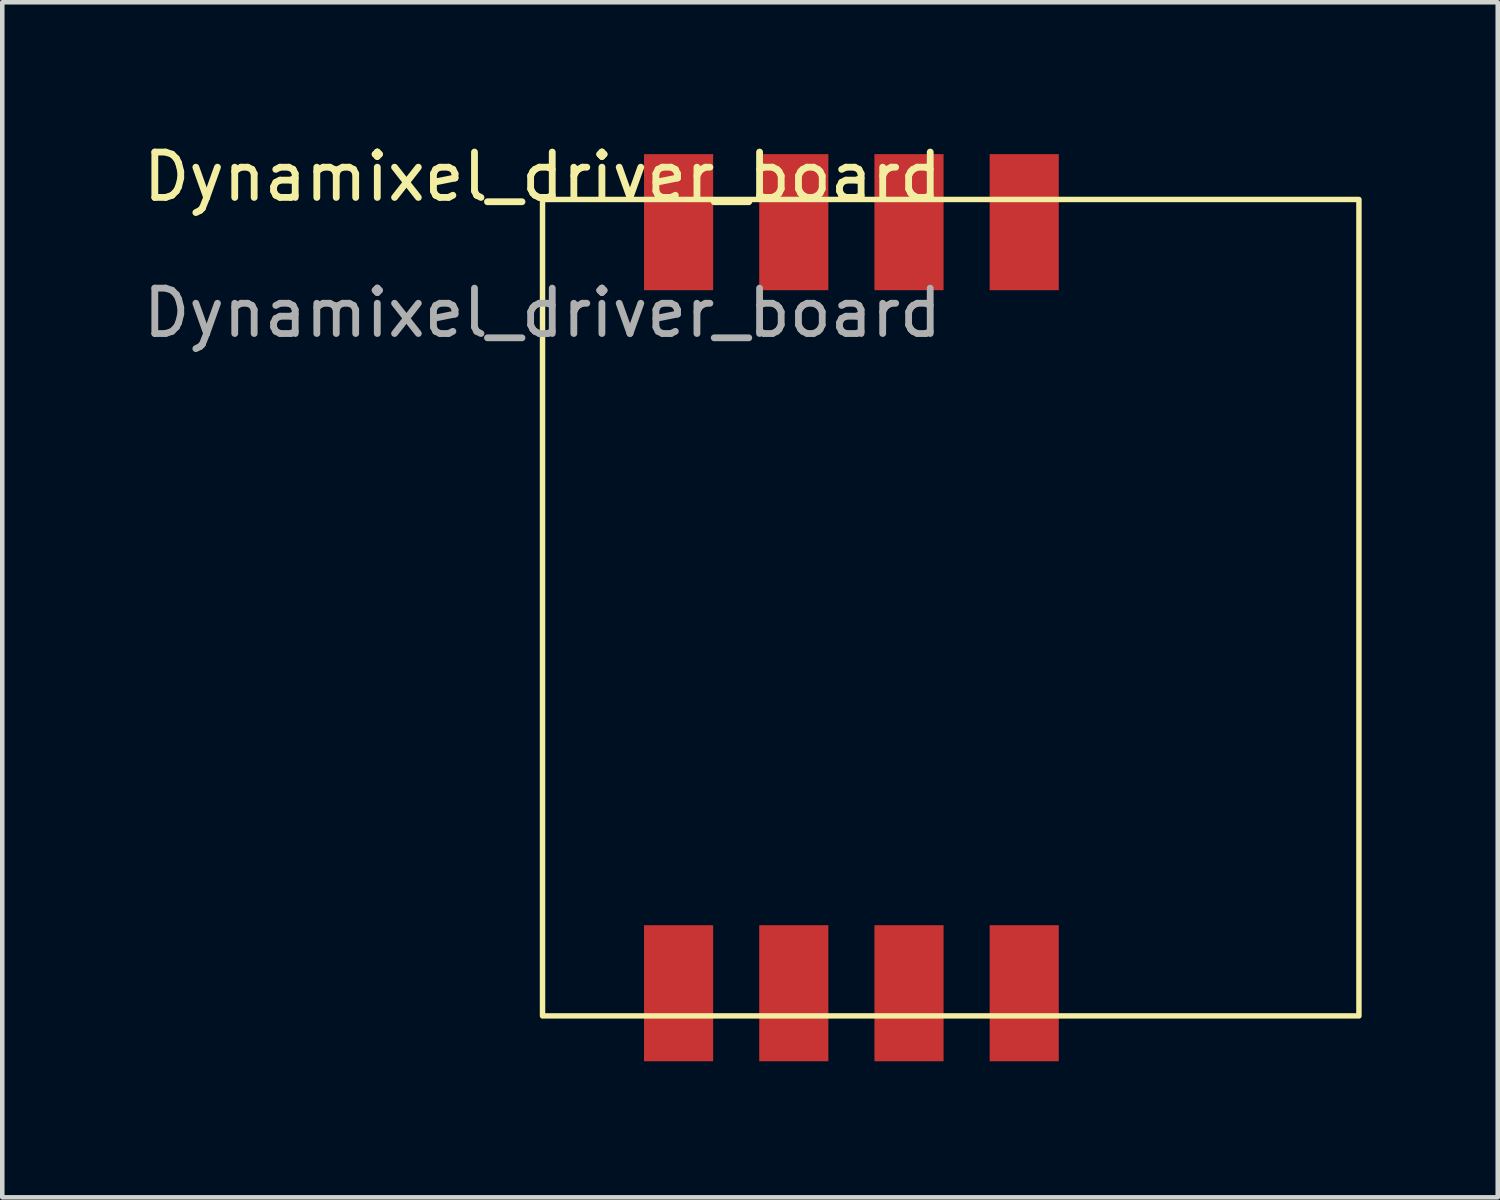
<source format=kicad_pcb>
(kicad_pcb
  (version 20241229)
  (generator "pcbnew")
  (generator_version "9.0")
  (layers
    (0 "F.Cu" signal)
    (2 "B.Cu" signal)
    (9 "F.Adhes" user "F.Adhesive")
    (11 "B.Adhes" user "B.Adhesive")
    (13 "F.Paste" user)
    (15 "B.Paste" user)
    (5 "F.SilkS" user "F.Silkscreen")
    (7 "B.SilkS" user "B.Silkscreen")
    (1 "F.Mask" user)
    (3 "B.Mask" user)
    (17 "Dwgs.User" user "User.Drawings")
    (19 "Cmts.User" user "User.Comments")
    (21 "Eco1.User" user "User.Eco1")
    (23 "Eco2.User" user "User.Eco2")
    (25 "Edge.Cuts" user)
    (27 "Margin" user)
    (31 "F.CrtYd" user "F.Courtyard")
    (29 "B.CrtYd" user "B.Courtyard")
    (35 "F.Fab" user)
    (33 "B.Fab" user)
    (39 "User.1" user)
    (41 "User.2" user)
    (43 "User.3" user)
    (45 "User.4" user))
  (footprint "Dynamixel_driver_board"
    (layer "F.Cu")
    (at 8.911 1.348)
    (property "Reference" "Dynamixel_driver_board" (at 0 -0.5 0) (unlocked yes) (layer "F.SilkS") (effects (font (size 1 1) (thickness 0.15))))
    (attr smd)
    (fp_rect (start 0 0) (end 18 18) (stroke (width 0.12) (type default)) (fill no) (layer "F.SilkS"))
    (fp_text user "${REFERENCE}" (at 0 2.5 0) (unlocked yes) (layer "F.Fab") (effects (font (size 1 1) (thickness 0.15))))
    (pad "1" smd rect (at 3 17.5 180) (size 1.524 3) (layers "F.Cu" "F.Mask" "F.Paste"))
    (pad "2" smd rect (at 5.54 17.5 180) (size 1.524 3) (layers "F.Cu" "F.Mask" "F.Paste"))
    (pad "3" smd rect (at 8.08 17.5 180) (size 1.524 3) (layers "F.Cu" "F.Mask" "F.Paste"))
    (pad "4" smd rect (at 10.62 17.5 180) (size 1.524 3) (layers "F.Cu" "F.Mask" "F.Paste"))
    (pad "5" smd rect (at 10.62 0.5 180) (size 1.524 3) (layers "F.Cu" "F.Mask" "F.Paste"))
    (pad "6" smd rect (at 8.08 0.5 180) (size 1.524 3) (layers "F.Cu" "F.Mask" "F.Paste"))
    (pad "7" smd rect (at 5.54 0.5 180) (size 1.524 3) (layers "F.Cu" "F.Mask" "F.Paste"))
    (pad "8" smd rect (at 3 0.5 180) (size 1.524 3) (layers "F.Cu" "F.Mask" "F.Paste"))
    (zone (net_name "") (layers "F.Cu" "B.Cu" "F.SilkS" "B.SilkS") (hatch edge 0.5) (connect_pads) (min_thickness 0.25) (filled_areas_thickness no) (keepout (tracks not_allowed) (vias not_allowed) (pads not_allowed) (copperpour allowed) (footprints allowed)) (placement (enabled no)) (fill) (polygon (pts (xy 18.511 6.548) (xy 21.511 6.548) (xy 21.411 13.648) (xy 18.461 13.648)))))
  (gr_rect
    (start -3 -3)
    (end 29.971 23.348)
    (stroke (width 0.1) (type default))
    (fill no)
    (layer "Edge.Cuts")))
</source>
